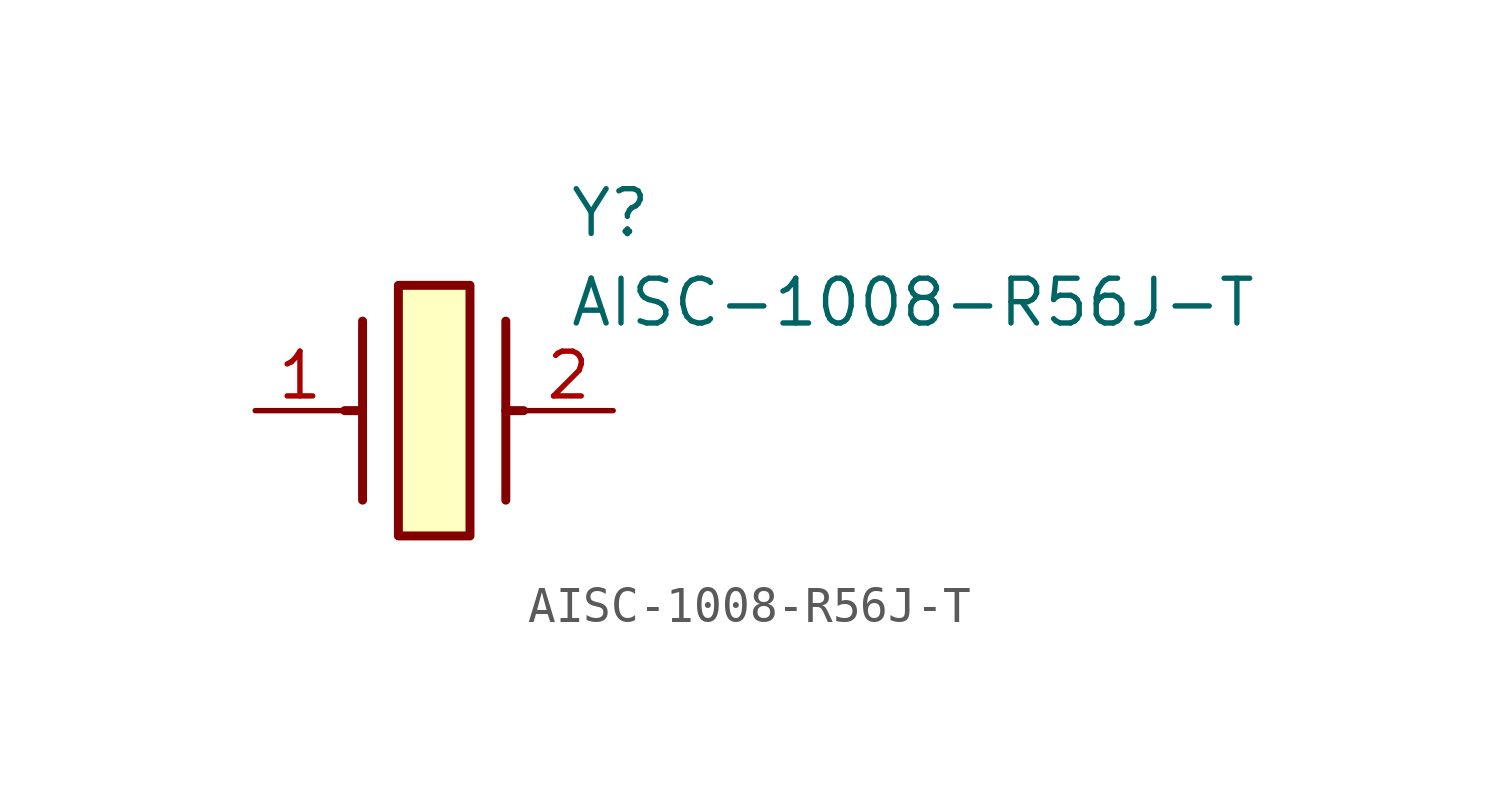
<source format=kicad_sym>
(kicad_symbol_lib
  (version 20211014)
  (generator SamacSys_ECAD_Model)
  (symbol "AISC-1008-R56J-T"
    (pin_names hide)
    (property "Reference" "Y"
      (at 8.89 6.35 0)
      (effects (font (size 1.27 1.27)) (justify left top)))
    (property "Value" "AISC-1008-R56J-T"
      (at 8.89 3.81 0)
      (effects (font (size 1.27 1.27)) (justify left top)))
    (rectangle
      (start 4.064 3.556)
      (end 6.096 -3.556)
      (stroke (width 0.254) (type default))
      (fill (type background)))
    (polyline
      (pts (xy 3.048 2.54) (xy 3.048 -2.54))
      (stroke (width 0.254) (type default))
      (fill (type none)))
    (polyline
      (pts (xy 7.112 2.54) (xy 7.112 -2.54))
      (stroke (width 0.254) (type default))
      (fill (type none)))
    (polyline
      (pts (xy 7.112 0) (xy 7.62 0))
      (stroke (width 0.254) (type default))
      (fill (type none)))
    (polyline
      (pts (xy 3.048 0) (xy 2.54 0))
      (stroke (width 0.254) (type default))
      (fill (type none)))
    (pin passive line
      (at 0 0 0)
      (length 2.54)
      (name "1" (effects (font (size 1.27 1.27))))
      (number "1" (effects (font (size 1.27 1.27)))))
    (pin passive line
      (at 10.16 0 180)
      (length 2.54)
      (name "2" (effects (font (size 1.27 1.27))))
      (number "2" (effects (font (size 1.27 1.27)))))))
</source>
